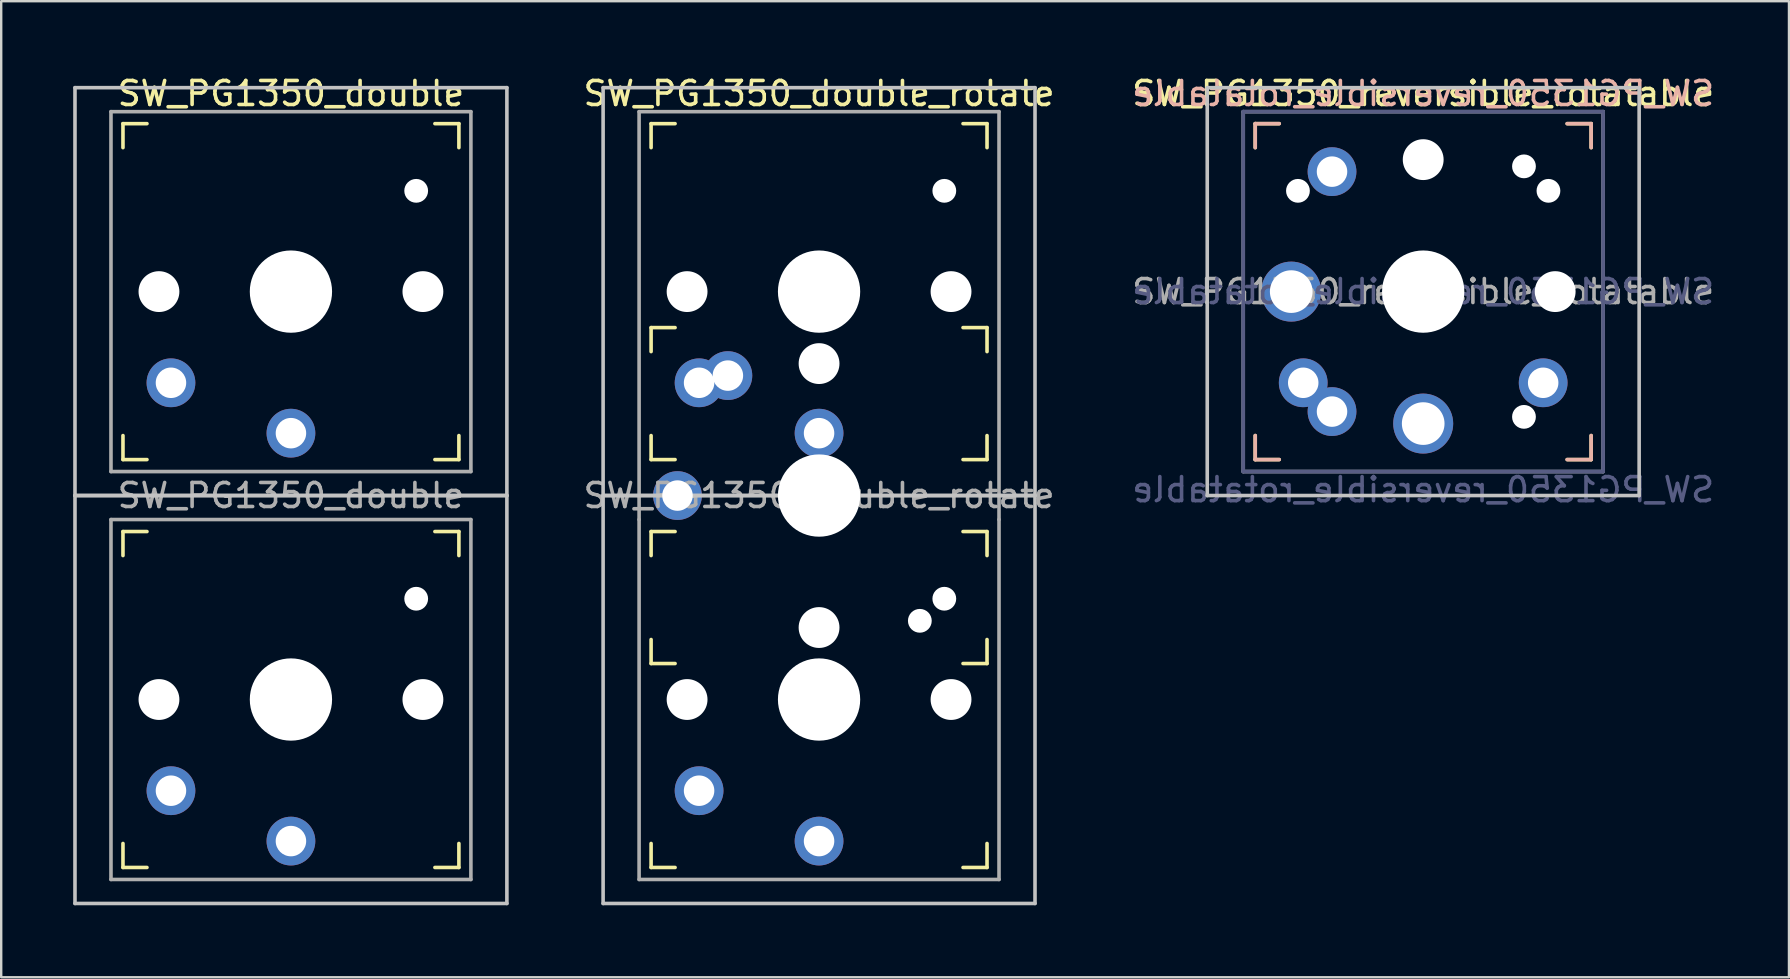
<source format=kicad_pcb>
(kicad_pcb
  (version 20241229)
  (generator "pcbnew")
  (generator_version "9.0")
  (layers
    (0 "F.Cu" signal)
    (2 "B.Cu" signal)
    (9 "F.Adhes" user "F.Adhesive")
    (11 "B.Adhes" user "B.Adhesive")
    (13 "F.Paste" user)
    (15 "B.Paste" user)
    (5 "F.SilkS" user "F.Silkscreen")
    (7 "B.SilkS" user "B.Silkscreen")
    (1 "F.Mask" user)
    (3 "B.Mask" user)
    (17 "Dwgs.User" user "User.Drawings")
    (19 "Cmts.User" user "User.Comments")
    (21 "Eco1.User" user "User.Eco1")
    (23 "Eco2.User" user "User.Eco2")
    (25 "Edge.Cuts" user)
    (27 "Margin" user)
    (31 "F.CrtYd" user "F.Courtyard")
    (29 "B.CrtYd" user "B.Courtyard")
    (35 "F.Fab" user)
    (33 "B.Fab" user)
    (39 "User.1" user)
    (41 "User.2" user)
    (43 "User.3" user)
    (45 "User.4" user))
  (footprint "SW_PG1350_reversible_rotatable"
    (layer "F.Cu")
    (at 56.263 9.103)
    (property "Reference" "SW_PG1350_reversible_rotatable" (at 0 -8.255 0) (layer "F.SilkS") (effects (font (size 1 1) (thickness 0.15))))
    (property "Value" "SW_PG1350_reversible_rotatable" (at 0 8.255 0) (layer "F.Fab") (hide yes) (effects (font (size 1 1) (thickness 0.15))))
    (attr through_hole)
    (fp_line (start -7 -7) (end -6 -7) (stroke (width 0.15) (type solid)) (layer "F.SilkS"))
    (fp_line (start -7 -6) (end -7 -7) (stroke (width 0.15) (type solid)) (layer "F.SilkS"))
    (fp_line (start -7 7) (end -7 6) (stroke (width 0.15) (type solid)) (layer "F.SilkS"))
    (fp_line (start -6 7) (end -7 7) (stroke (width 0.15) (type solid)) (layer "F.SilkS"))
    (fp_line (start 6 -7) (end 7 -7) (stroke (width 0.15) (type solid)) (layer "F.SilkS"))
    (fp_line (start 7 -7) (end 7 -6) (stroke (width 0.15) (type solid)) (layer "F.SilkS"))
    (fp_line (start 7 6) (end 7 7) (stroke (width 0.15) (type solid)) (layer "F.SilkS"))
    (fp_line (start 7 7) (end 6 7) (stroke (width 0.15) (type solid)) (layer "F.SilkS"))
    (fp_line (start -7 -7) (end -6 -7) (stroke (width 0.15) (type solid)) (layer "B.SilkS"))
    (fp_line (start -7 -6) (end -7 -7) (stroke (width 0.15) (type solid)) (layer "B.SilkS"))
    (fp_line (start -7 7) (end -7 6) (stroke (width 0.15) (type solid)) (layer "B.SilkS"))
    (fp_line (start -6 7) (end -7 7) (stroke (width 0.15) (type solid)) (layer "B.SilkS"))
    (fp_line (start 6 -7) (end 7 -7) (stroke (width 0.15) (type solid)) (layer "B.SilkS"))
    (fp_line (start 7 -7) (end 7 -6) (stroke (width 0.15) (type solid)) (layer "B.SilkS"))
    (fp_line (start 7 6) (end 7 7) (stroke (width 0.15) (type solid)) (layer "B.SilkS"))
    (fp_line (start 7 7) (end 6 7) (stroke (width 0.15) (type solid)) (layer "B.SilkS"))
    (fp_line (start -9 -8.5) (end 9 -8.5) (stroke (width 0.15) (type solid)) (layer "Dwgs.User"))
    (fp_line (start -9 8.5) (end -9 -8.5) (stroke (width 0.15) (type solid)) (layer "Dwgs.User"))
    (fp_line (start 9 -8.5) (end 9 8.5) (stroke (width 0.15) (type solid)) (layer "Dwgs.User"))
    (fp_line (start 9 8.5) (end -9 8.5) (stroke (width 0.15) (type solid)) (layer "Dwgs.User"))
    (fp_line (start -6.9 6.9) (end -6.9 -6.9) (stroke (width 0.15) (type solid)) (layer "Eco2.User"))
    (fp_line (start -6.9 6.9) (end 6.9 6.9) (stroke (width 0.15) (type solid)) (layer "Eco2.User"))
    (fp_line (start -2.6 -3.1) (end -2.6 -6.3) (stroke (width 0.15) (type solid)) (layer "Eco2.User"))
    (fp_line (start -2.6 -3.1) (end 2.6 -3.1) (stroke (width 0.15) (type solid)) (layer "Eco2.User"))
    (fp_line (start 2.6 -6.3) (end -2.6 -6.3) (stroke (width 0.15) (type solid)) (layer "Eco2.User"))
    (fp_line (start 2.6 -3.1) (end 2.6 -6.3) (stroke (width 0.15) (type solid)) (layer "Eco2.User"))
    (fp_line (start 6.9 -6.9) (end -6.9 -6.9) (stroke (width 0.15) (type solid)) (layer "Eco2.User"))
    (fp_line (start 6.9 -6.9) (end 6.9 6.9) (stroke (width 0.15) (type solid)) (layer "Eco2.User"))
    (fp_line (start -7.5 -7.5) (end 7.5 -7.5) (stroke (width 0.15) (type solid)) (layer "B.Fab"))
    (fp_line (start -7.5 7.5) (end -7.5 -7.5) (stroke (width 0.15) (type solid)) (layer "B.Fab"))
    (fp_line (start 7.5 -7.5) (end 7.5 7.5) (stroke (width 0.15) (type solid)) (layer "B.Fab"))
    (fp_line (start 7.5 7.5) (end -7.5 7.5) (stroke (width 0.15) (type solid)) (layer "B.Fab"))
    (fp_line (start -7.5 -7.5) (end 7.5 -7.5) (stroke (width 0.15) (type solid)) (layer "F.Fab"))
    (fp_line (start -7.5 7.5) (end -7.5 -7.5) (stroke (width 0.15) (type solid)) (layer "F.Fab"))
    (fp_line (start 7.5 -7.5) (end 7.5 7.5) (stroke (width 0.15) (type solid)) (layer "F.Fab"))
    (fp_line (start 7.5 7.5) (end -7.5 7.5) (stroke (width 0.15) (type solid)) (layer "F.Fab"))
    (fp_text user "${REFERENCE}" (at 0 -8.255 0) (layer "B.SilkS") (effects (font (size 1 1) (thickness 0.15)) (justify mirror)))
    (fp_text user "${REFERENCE}" (at 0 0 0) (layer "B.Fab") (effects (font (size 1 1) (thickness 0.15)) (justify mirror)))
    (fp_text user "${VALUE}" (at 0 8.255 0) (layer "B.Fab") (effects (font (size 1 1) (thickness 0.15)) (justify mirror)))
    (fp_text user "${REFERENCE}" (at 0 0 0) (layer "F.Fab") (effects (font (size 1 1) (thickness 0.15))))
    (pad "" np_thru_hole circle (at -5.22 -4.2) (size 0.991 0.991) (drill 0.991) (layers "*.Cu" "*.Mask"))
    (pad "" np_thru_hole circle (at 0 -5.5) (size 1.702 1.702) (drill 1.702) (layers "*.Cu" "*.Mask"))
    (pad "" np_thru_hole circle (at 0 0) (size 3.429 3.429) (drill 3.429) (layers "*.Cu" "*.Mask"))
    (pad "" np_thru_hole circle (at 4.2 -5.22) (size 0.991 0.991) (drill 0.991) (layers "*.Cu" "*.Mask"))
    (pad "" np_thru_hole circle (at 4.2 5.22) (size 0.991 0.991) (drill 0.991) (layers "*.Cu" "*.Mask"))
    (pad "" np_thru_hole circle (at 5.22 -4.2) (size 0.991 0.991) (drill 0.991) (layers "*.Cu" "*.Mask"))
    (pad "" np_thru_hole circle (at 5.5 0) (size 1.702 1.702) (drill 1.702) (layers "*.Cu" "*.Mask"))
    (pad "1" thru_hole circle (at -5.5 0) (size 2.5 2.5) (drill 1.778) (layers "*.Cu" "*.Mask"))
    (pad "1" thru_hole circle (at 0 5.5) (size 2.5 2.5) (drill 1.778) (layers "*.Cu" "*.Mask"))
    (pad "2" thru_hole circle (at -5 3.8) (size 2.032 2.032) (drill 1.27) (layers "*.Cu" "*.Mask"))
    (pad "2" thru_hole circle (at -3.8 -5) (size 2.032 2.032) (drill 1.27) (layers "*.Cu" "*.Mask"))
    (pad "2" thru_hole circle (at -3.8 5) (size 2.032 2.032) (drill 1.27) (layers "*.Cu" "*.Mask"))
    (pad "2" thru_hole circle (at 5 3.8) (size 2.032 2.032) (drill 1.27) (layers "*.Cu" "*.Mask")))
  (footprint "SW_PG1350_double_rotate"
    (layer "F.Cu")
    (at 31.085 9.103)
    (property "Reference" "SW_PG1350_double_rotate" (at 0 -8.255 0) (layer "F.SilkS") (effects (font (size 1 1) (thickness 0.15))))
    (attr through_hole)
    (fp_line (start -7 -6) (end -7 -7) (stroke (width 0.15) (type solid)) (layer "F.SilkS"))
    (fp_line (start -7 2.5) (end -7 1.5) (stroke (width 0.15) (type solid)) (layer "F.SilkS"))
    (fp_line (start -7 7) (end -7 6) (stroke (width 0.15) (type solid)) (layer "F.SilkS"))
    (fp_line (start -7 7) (end -6 7) (stroke (width 0.15) (type solid)) (layer "F.SilkS"))
    (fp_line (start -7 11) (end -7 10) (stroke (width 0.15) (type solid)) (layer "F.SilkS"))
    (fp_line (start -7 15.5) (end -7 14.5) (stroke (width 0.15) (type solid)) (layer "F.SilkS"))
    (fp_line (start -7 15.5) (end -6 15.5) (stroke (width 0.15) (type solid)) (layer "F.SilkS"))
    (fp_line (start -7 24) (end -7 23) (stroke (width 0.15) (type solid)) (layer "F.SilkS"))
    (fp_line (start -7 24) (end -6 24) (stroke (width 0.15) (type solid)) (layer "F.SilkS"))
    (fp_line (start -6 -7) (end -7 -7) (stroke (width 0.15) (type solid)) (layer "F.SilkS"))
    (fp_line (start -6 1.5) (end -7 1.5) (stroke (width 0.15) (type solid)) (layer "F.SilkS"))
    (fp_line (start -6 10) (end -7 10) (stroke (width 0.15) (type solid)) (layer "F.SilkS"))
    (fp_line (start 6 7) (end 7 7) (stroke (width 0.15) (type solid)) (layer "F.SilkS"))
    (fp_line (start 6 15.5) (end 7 15.5) (stroke (width 0.15) (type solid)) (layer "F.SilkS"))
    (fp_line (start 6 24) (end 7 24) (stroke (width 0.15) (type solid)) (layer "F.SilkS"))
    (fp_line (start 7 -7) (end 6 -7) (stroke (width 0.15) (type solid)) (layer "F.SilkS"))
    (fp_line (start 7 -7) (end 7 -6) (stroke (width 0.15) (type solid)) (layer "F.SilkS"))
    (fp_line (start 7 1.5) (end 6 1.5) (stroke (width 0.15) (type solid)) (layer "F.SilkS"))
    (fp_line (start 7 1.5) (end 7 2.5) (stroke (width 0.15) (type solid)) (layer "F.SilkS"))
    (fp_line (start 7 6) (end 7 7) (stroke (width 0.15) (type solid)) (layer "F.SilkS"))
    (fp_line (start 7 10) (end 6 10) (stroke (width 0.15) (type solid)) (layer "F.SilkS"))
    (fp_line (start 7 10) (end 7 11) (stroke (width 0.15) (type solid)) (layer "F.SilkS"))
    (fp_line (start 7 14.5) (end 7 15.5) (stroke (width 0.15) (type solid)) (layer "F.SilkS"))
    (fp_line (start 7 23) (end 7 24) (stroke (width 0.15) (type solid)) (layer "F.SilkS"))
    (fp_line (start -9 -8.5) (end 9 -8.5) (stroke (width 0.15) (type solid)) (layer "Dwgs.User"))
    (fp_line (start -9 8.5) (end -9 -8.5) (stroke (width 0.15) (type solid)) (layer "Dwgs.User"))
    (fp_line (start -9 8.5) (end 9 8.5) (stroke (width 0.15) (type solid)) (layer "Dwgs.User"))
    (fp_line (start -9 25.5) (end -9 8.5) (stroke (width 0.15) (type solid)) (layer "Dwgs.User"))
    (fp_line (start 9 -8.5) (end 9 8.5) (stroke (width 0.15) (type solid)) (layer "Dwgs.User"))
    (fp_line (start 9 8.5) (end -9 8.5) (stroke (width 0.15) (type solid)) (layer "Dwgs.User"))
    (fp_line (start 9 8.5) (end 9 25.5) (stroke (width 0.15) (type solid)) (layer "Dwgs.User"))
    (fp_line (start 9 25.5) (end -9 25.5) (stroke (width 0.15) (type solid)) (layer "Dwgs.User"))
    (fp_line (start -6.9 1.6) (end -6.9 15.4) (stroke (width 0.15) (type solid)) (layer "Eco2.User"))
    (fp_line (start -6.9 1.6) (end 6.9 1.6) (stroke (width 0.15) (type solid)) (layer "Eco2.User"))
    (fp_line (start -6.9 6.9) (end -6.9 -6.9) (stroke (width 0.15) (type solid)) (layer "Eco2.User"))
    (fp_line (start -6.9 6.9) (end 6.9 6.9) (stroke (width 0.15) (type solid)) (layer "Eco2.User"))
    (fp_line (start -6.9 23.9) (end -6.9 10.1) (stroke (width 0.15) (type solid)) (layer "Eco2.User"))
    (fp_line (start -6.9 23.9) (end 6.9 23.9) (stroke (width 0.15) (type solid)) (layer "Eco2.User"))
    (fp_line (start -2.6 -3.1) (end -2.6 -6.3) (stroke (width 0.15) (type solid)) (layer "Eco2.User"))
    (fp_line (start -2.6 -3.1) (end 2.6 -3.1) (stroke (width 0.15) (type solid)) (layer "Eco2.User"))
    (fp_line (start -2.6 13.9) (end -2.6 10.7) (stroke (width 0.15) (type solid)) (layer "Eco2.User"))
    (fp_line (start -2.6 13.9) (end 2.6 13.9) (stroke (width 0.15) (type solid)) (layer "Eco2.User"))
    (fp_line (start 2.6 -6.3) (end -2.6 -6.3) (stroke (width 0.15) (type solid)) (layer "Eco2.User"))
    (fp_line (start 2.6 -3.1) (end 2.6 -6.3) (stroke (width 0.15) (type solid)) (layer "Eco2.User"))
    (fp_line (start 2.6 10.7) (end -2.6 10.7) (stroke (width 0.15) (type solid)) (layer "Eco2.User"))
    (fp_line (start 2.6 13.9) (end 2.6 10.7) (stroke (width 0.15) (type solid)) (layer "Eco2.User"))
    (fp_line (start 3.1 5.9) (end 3.1 11.1) (stroke (width 0.15) (type solid)) (layer "Eco2.User"))
    (fp_line (start 3.1 5.9) (end 6.3 5.9) (stroke (width 0.15) (type solid)) (layer "Eco2.User"))
    (fp_line (start 3.1 11.1) (end 6.3 11.1) (stroke (width 0.15) (type solid)) (layer "Eco2.User"))
    (fp_line (start 6.3 11.1) (end 6.3 5.9) (stroke (width 0.15) (type solid)) (layer "Eco2.User"))
    (fp_line (start 6.9 -6.9) (end -6.9 -6.9) (stroke (width 0.15) (type solid)) (layer "Eco2.User"))
    (fp_line (start 6.9 -6.9) (end 6.9 6.9) (stroke (width 0.15) (type solid)) (layer "Eco2.User"))
    (fp_line (start 6.9 10.1) (end -6.9 10.1) (stroke (width 0.15) (type solid)) (layer "Eco2.User"))
    (fp_line (start 6.9 10.1) (end 6.9 23.9) (stroke (width 0.15) (type solid)) (layer "Eco2.User"))
    (fp_line (start 6.9 15.4) (end -6.9 15.4) (stroke (width 0.15) (type solid)) (layer "Eco2.User"))
    (fp_line (start 6.9 15.4) (end 6.9 1.6) (stroke (width 0.15) (type solid)) (layer "Eco2.User"))
    (fp_line (start -7.5 -7.5) (end 7.5 -7.5) (stroke (width 0.15) (type solid)) (layer "F.Fab"))
    (fp_line (start -7.5 9.5) (end -7.5 -7.5) (stroke (width 0.15) (type solid)) (layer "F.Fab"))
    (fp_line (start -7.5 24.5) (end -7.5 9.5) (stroke (width 0.15) (type solid)) (layer "F.Fab"))
    (fp_line (start 7.5 -7.5) (end 7.5 9.5) (stroke (width 0.15) (type solid)) (layer "F.Fab"))
    (fp_line (start 7.5 9.5) (end 7.5 24.5) (stroke (width 0.15) (type solid)) (layer "F.Fab"))
    (fp_line (start 7.5 24.5) (end -7.5 24.5) (stroke (width 0.15) (type solid)) (layer "F.Fab"))
    (fp_text user "${REFERENCE}" (at 0 8.5 0) (layer "F.Fab") (effects (font (size 1 1) (thickness 0.15))))
    (pad "" np_thru_hole circle (at -5.5 0) (size 1.702 1.702) (drill 1.702) (layers "*.Cu" "*.Mask"))
    (pad "" np_thru_hole circle (at -5.5 17) (size 1.702 1.702) (drill 1.702) (layers "*.Cu" "*.Mask"))
    (pad "" np_thru_hole circle (at 0 0) (size 3.429 3.429) (drill 3.429) (layers "*.Cu" "*.Mask"))
    (pad "" np_thru_hole circle (at 0 3 270) (size 1.702 1.702) (drill 1.702) (layers "*.Cu" "*.Mask"))
    (pad "" np_thru_hole circle (at 0 8.5) (size 3.429 3.429) (drill 3.429) (layers "*.Cu" "*.Mask"))
    (pad "" np_thru_hole circle (at 0 14 270) (size 1.702 1.702) (drill 1.702) (layers "*.Cu" "*.Mask"))
    (pad "" np_thru_hole circle (at 0 17) (size 3.429 3.429) (drill 3.429) (layers "*.Cu" "*.Mask"))
    (pad "" np_thru_hole circle (at 4.2 13.72 270) (size 0.991 0.991) (drill 0.991) (layers "*.Cu" "*.Mask"))
    (pad "" np_thru_hole circle (at 5.22 -4.2) (size 0.991 0.991) (drill 0.991) (layers "*.Cu" "*.Mask"))
    (pad "" np_thru_hole circle (at 5.22 12.8) (size 0.991 0.991) (drill 0.991) (layers "*.Cu" "*.Mask"))
    (pad "" np_thru_hole circle (at 5.5 0) (size 1.702 1.702) (drill 1.702) (layers "*.Cu" "*.Mask"))
    (pad "" np_thru_hole circle (at 5.5 17) (size 1.702 1.702) (drill 1.702) (layers "*.Cu" "*.Mask"))
    (pad "1" thru_hole circle (at -5.9 8.5 270) (size 2.032 2.032) (drill 1.27) (layers "*.Cu" "*.Mask"))
    (pad "1" thru_hole circle (at 0 5.9) (size 2.032 2.032) (drill 1.27) (layers "*.Cu" "*.Mask"))
    (pad "2" thru_hole circle (at -5 3.8) (size 2.032 2.032) (drill 1.27) (layers "*.Cu" "*.Mask"))
    (pad "2" thru_hole circle (at -3.8 3.5 270) (size 2.032 2.032) (drill 1.27) (layers "*.Cu" "*.Mask"))
    (pad "3" thru_hole circle (at 0 22.9) (size 2.032 2.032) (drill 1.27) (layers "*.Cu" "*.Mask"))
    (pad "4" thru_hole circle (at -5 20.8) (size 2.032 2.032) (drill 1.27) (layers "*.Cu" "*.Mask")))
  (footprint "SW_PG1350_double"
    (layer "F.Cu")
    (at 9.075 9.103)
    (property "Reference" "SW_PG1350_double" (at 0 -8.255 0) (layer "F.SilkS") (effects (font (size 1 1) (thickness 0.15))))
    (attr through_hole)
    (fp_line (start -7 -6) (end -7 -7) (stroke (width 0.15) (type solid)) (layer "F.SilkS"))
    (fp_line (start -7 7) (end -7 6) (stroke (width 0.15) (type solid)) (layer "F.SilkS"))
    (fp_line (start -7 7) (end -6 7) (stroke (width 0.15) (type solid)) (layer "F.SilkS"))
    (fp_line (start -7 11) (end -7 10) (stroke (width 0.15) (type solid)) (layer "F.SilkS"))
    (fp_line (start -7 24) (end -7 23) (stroke (width 0.15) (type solid)) (layer "F.SilkS"))
    (fp_line (start -7 24) (end -6 24) (stroke (width 0.15) (type solid)) (layer "F.SilkS"))
    (fp_line (start -6 -7) (end -7 -7) (stroke (width 0.15) (type solid)) (layer "F.SilkS"))
    (fp_line (start -6 10) (end -7 10) (stroke (width 0.15) (type solid)) (layer "F.SilkS"))
    (fp_line (start 6 7) (end 7 7) (stroke (width 0.15) (type solid)) (layer "F.SilkS"))
    (fp_line (start 6 24) (end 7 24) (stroke (width 0.15) (type solid)) (layer "F.SilkS"))
    (fp_line (start 7 -7) (end 6 -7) (stroke (width 0.15) (type solid)) (layer "F.SilkS"))
    (fp_line (start 7 -7) (end 7 -6) (stroke (width 0.15) (type solid)) (layer "F.SilkS"))
    (fp_line (start 7 6) (end 7 7) (stroke (width 0.15) (type solid)) (layer "F.SilkS"))
    (fp_line (start 7 10) (end 6 10) (stroke (width 0.15) (type solid)) (layer "F.SilkS"))
    (fp_line (start 7 10) (end 7 11) (stroke (width 0.15) (type solid)) (layer "F.SilkS"))
    (fp_line (start 7 23) (end 7 24) (stroke (width 0.15) (type solid)) (layer "F.SilkS"))
    (fp_line (start -9 -8.5) (end 9 -8.5) (stroke (width 0.15) (type solid)) (layer "Dwgs.User"))
    (fp_line (start -9 8.5) (end -9 -8.5) (stroke (width 0.15) (type solid)) (layer "Dwgs.User"))
    (fp_line (start -9 8.5) (end 9 8.5) (stroke (width 0.15) (type solid)) (layer "Dwgs.User"))
    (fp_line (start -9 25.5) (end -9 8.5) (stroke (width 0.15) (type solid)) (layer "Dwgs.User"))
    (fp_line (start 9 -8.5) (end 9 8.5) (stroke (width 0.15) (type solid)) (layer "Dwgs.User"))
    (fp_line (start 9 8.5) (end -9 8.5) (stroke (width 0.15) (type solid)) (layer "Dwgs.User"))
    (fp_line (start 9 8.5) (end 9 25.5) (stroke (width 0.15) (type solid)) (layer "Dwgs.User"))
    (fp_line (start 9 25.5) (end -9 25.5) (stroke (width 0.15) (type solid)) (layer "Dwgs.User"))
    (fp_line (start -6.9 6.9) (end -6.9 -6.9) (stroke (width 0.15) (type solid)) (layer "Eco2.User"))
    (fp_line (start -6.9 6.9) (end 6.9 6.9) (stroke (width 0.15) (type solid)) (layer "Eco2.User"))
    (fp_line (start -6.9 23.9) (end -6.9 10.1) (stroke (width 0.15) (type solid)) (layer "Eco2.User"))
    (fp_line (start -6.9 23.9) (end 6.9 23.9) (stroke (width 0.15) (type solid)) (layer "Eco2.User"))
    (fp_line (start -2.6 -3.1) (end -2.6 -6.3) (stroke (width 0.15) (type solid)) (layer "Eco2.User"))
    (fp_line (start -2.6 -3.1) (end 2.6 -3.1) (stroke (width 0.15) (type solid)) (layer "Eco2.User"))
    (fp_line (start -2.6 13.9) (end -2.6 10.7) (stroke (width 0.15) (type solid)) (layer "Eco2.User"))
    (fp_line (start -2.6 13.9) (end 2.6 13.9) (stroke (width 0.15) (type solid)) (layer "Eco2.User"))
    (fp_line (start 2.6 -6.3) (end -2.6 -6.3) (stroke (width 0.15) (type solid)) (layer "Eco2.User"))
    (fp_line (start 2.6 -3.1) (end 2.6 -6.3) (stroke (width 0.15) (type solid)) (layer "Eco2.User"))
    (fp_line (start 2.6 10.7) (end -2.6 10.7) (stroke (width 0.15) (type solid)) (layer "Eco2.User"))
    (fp_line (start 2.6 13.9) (end 2.6 10.7) (stroke (width 0.15) (type solid)) (layer "Eco2.User"))
    (fp_line (start 6.9 -6.9) (end -6.9 -6.9) (stroke (width 0.15) (type solid)) (layer "Eco2.User"))
    (fp_line (start 6.9 -6.9) (end 6.9 6.9) (stroke (width 0.15) (type solid)) (layer "Eco2.User"))
    (fp_line (start 6.9 10.1) (end -6.9 10.1) (stroke (width 0.15) (type solid)) (layer "Eco2.User"))
    (fp_line (start 6.9 10.1) (end 6.9 23.9) (stroke (width 0.15) (type solid)) (layer "Eco2.User"))
    (fp_line (start -7.5 -7.5) (end 7.5 -7.5) (stroke (width 0.15) (type solid)) (layer "F.Fab"))
    (fp_line (start -7.5 7.5) (end -7.5 -7.5) (stroke (width 0.15) (type solid)) (layer "F.Fab"))
    (fp_line (start -7.5 9.5) (end 7.5 9.5) (stroke (width 0.15) (type solid)) (layer "F.Fab"))
    (fp_line (start -7.5 24.5) (end -7.5 9.5) (stroke (width 0.15) (type solid)) (layer "F.Fab"))
    (fp_line (start 7.5 -7.5) (end 7.5 7.5) (stroke (width 0.15) (type solid)) (layer "F.Fab"))
    (fp_line (start 7.5 7.5) (end -7.5 7.5) (stroke (width 0.15) (type solid)) (layer "F.Fab"))
    (fp_line (start 7.5 9.5) (end 7.5 24.5) (stroke (width 0.15) (type solid)) (layer "F.Fab"))
    (fp_line (start 7.5 24.5) (end -7.5 24.5) (stroke (width 0.15) (type solid)) (layer "F.Fab"))
    (fp_text user "${REFERENCE}" (at 0 8.5 0) (layer "F.Fab") (effects (font (size 1 1) (thickness 0.15))))
    (pad "" np_thru_hole circle (at -5.5 0) (size 1.702 1.702) (drill 1.702) (layers "*.Cu" "*.Mask"))
    (pad "" np_thru_hole circle (at -5.5 17) (size 1.702 1.702) (drill 1.702) (layers "*.Cu" "*.Mask"))
    (pad "" np_thru_hole circle (at 0 0) (size 3.429 3.429) (drill 3.429) (layers "*.Cu" "*.Mask"))
    (pad "" np_thru_hole circle (at 0 17) (size 3.429 3.429) (drill 3.429) (layers "*.Cu" "*.Mask"))
    (pad "" np_thru_hole circle (at 5.22 -4.2) (size 0.991 0.991) (drill 0.991) (layers "*.Cu" "*.Mask"))
    (pad "" np_thru_hole circle (at 5.22 12.8) (size 0.991 0.991) (drill 0.991) (layers "*.Cu" "*.Mask"))
    (pad "" np_thru_hole circle (at 5.5 0) (size 1.702 1.702) (drill 1.702) (layers "*.Cu" "*.Mask"))
    (pad "" np_thru_hole circle (at 5.5 17) (size 1.702 1.702) (drill 1.702) (layers "*.Cu" "*.Mask"))
    (pad "1" thru_hole circle (at 0 5.9) (size 2.032 2.032) (drill 1.27) (layers "*.Cu" "*.Mask"))
    (pad "2" thru_hole circle (at -5 3.8) (size 2.032 2.032) (drill 1.27) (layers "*.Cu" "*.Mask"))
    (pad "3" thru_hole circle (at 0 22.9) (size 2.032 2.032) (drill 1.27) (layers "*.Cu" "*.Mask"))
    (pad "4" thru_hole circle (at -5 20.8) (size 2.032 2.032) (drill 1.27) (layers "*.Cu" "*.Mask")))
  (gr_rect
    (start -3 -3)
    (end 71.507 37.678)
    (stroke (width 0.1) (type default))
    (fill no)
    (layer "Edge.Cuts")))
</source>
